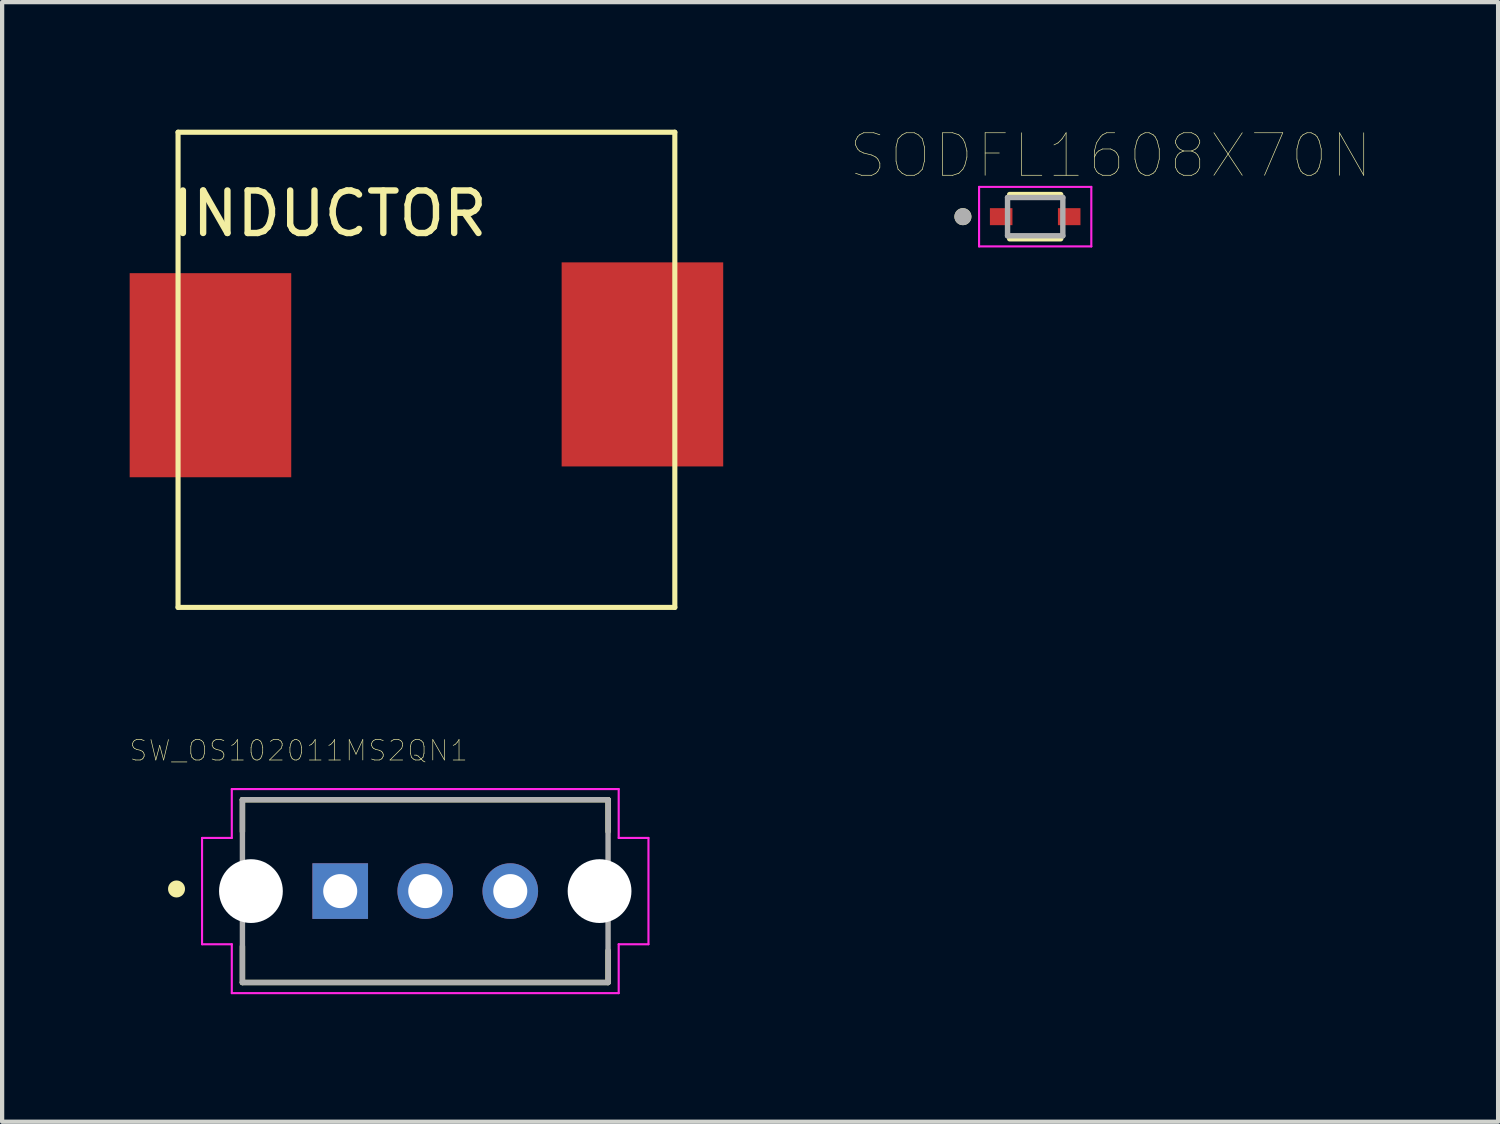
<source format=kicad_pcb>
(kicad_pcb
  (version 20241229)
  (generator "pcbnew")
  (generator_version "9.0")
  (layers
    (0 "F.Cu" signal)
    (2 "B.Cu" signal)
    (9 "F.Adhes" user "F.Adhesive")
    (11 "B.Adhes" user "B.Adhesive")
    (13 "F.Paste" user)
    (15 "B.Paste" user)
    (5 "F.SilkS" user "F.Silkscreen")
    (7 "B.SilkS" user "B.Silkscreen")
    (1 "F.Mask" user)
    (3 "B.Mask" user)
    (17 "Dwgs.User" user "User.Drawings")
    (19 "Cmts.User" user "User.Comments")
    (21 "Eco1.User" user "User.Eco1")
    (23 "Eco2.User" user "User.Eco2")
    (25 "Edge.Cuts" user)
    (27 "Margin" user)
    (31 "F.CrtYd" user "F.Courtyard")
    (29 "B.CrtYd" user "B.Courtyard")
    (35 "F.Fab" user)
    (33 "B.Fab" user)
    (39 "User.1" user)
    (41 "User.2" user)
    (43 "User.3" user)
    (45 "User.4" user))
  (footprint "INDUCTOR"
    (layer "F.Cu")
    (at 6.726 5.775)
    (property "Reference" "INDUCTOR" (at -2.022 -3.8 0) (layer "F.SilkS") (effects (font (size 1 1) (thickness 0.15))))
    (attr through_hole)
    (fp_line (start -5.588 -5.715) (end 6.096 -5.715) (stroke (width 0.12) (type solid)) (layer "F.SilkS"))
    (fp_line (start -5.588 5.461) (end -5.588 -5.715) (stroke (width 0.12) (type solid)) (layer "F.SilkS"))
    (fp_line (start 6.096 -5.715) (end 6.096 5.461) (stroke (width 0.12) (type solid)) (layer "F.SilkS"))
    (fp_line (start 6.096 5.461) (end -5.588 5.461) (stroke (width 0.12) (type solid)) (layer "F.SilkS"))
    (pad "1" smd rect (at -4.826 0 90) (size 4.8 3.8) (layers "F.Cu" "F.Mask" "F.Paste"))
    (pad "2" smd rect (at 5.334 -0.254 90) (size 4.8 3.8) (layers "F.Cu" "F.Mask" "F.Paste")))
  (footprint "SW_OS102011MS2QN1"
    (layer "F.Cu")
    (at 6.952 17.909)
    (property "Reference" "SW_OS102011MS2QN1" (at -2.977 -3.305 0) (layer "F.SilkS") (effects (font (size 0.48 0.48) (thickness 0.015))))
    (attr through_hole)
    (fp_line (start -4.3 -2.15) (end -4.3 -1.4) (stroke (width 0.127) (type solid)) (layer "F.SilkS"))
    (fp_line (start -4.3 1.3) (end -4.3 2.15) (stroke (width 0.127) (type solid)) (layer "F.SilkS"))
    (fp_line (start -4.3 2.15) (end 4.3 2.15) (stroke (width 0.127) (type solid)) (layer "F.SilkS"))
    (fp_line (start 4.3 -2.15) (end -4.3 -2.15) (stroke (width 0.127) (type solid)) (layer "F.SilkS"))
    (fp_line (start 4.3 -1.4) (end 4.3 -2.15) (stroke (width 0.127) (type solid)) (layer "F.SilkS"))
    (fp_line (start 4.3 2.15) (end 4.3 1.4) (stroke (width 0.127) (type solid)) (layer "F.SilkS"))
    (fp_circle (center -5.85 -0.05) (end -5.75 -0.05) (stroke (width 0.2) (type solid)) (fill no) (layer "F.SilkS"))
    (fp_line (start -5.25 -1.25) (end -4.55 -1.25) (stroke (width 0.05) (type solid)) (layer "F.CrtYd"))
    (fp_line (start -5.25 1.25) (end -5.25 -1.25) (stroke (width 0.05) (type solid)) (layer "F.CrtYd"))
    (fp_line (start -4.55 -2.4) (end 4.55 -2.4) (stroke (width 0.05) (type solid)) (layer "F.CrtYd"))
    (fp_line (start -4.55 -1.25) (end -4.55 -2.4) (stroke (width 0.05) (type solid)) (layer "F.CrtYd"))
    (fp_line (start -4.55 1.25) (end -5.25 1.25) (stroke (width 0.05) (type solid)) (layer "F.CrtYd"))
    (fp_line (start -4.55 2.4) (end -4.55 1.25) (stroke (width 0.05) (type solid)) (layer "F.CrtYd"))
    (fp_line (start 4.55 -2.4) (end 4.55 -1.25) (stroke (width 0.05) (type solid)) (layer "F.CrtYd"))
    (fp_line (start 4.55 -1.25) (end 5.25 -1.25) (stroke (width 0.05) (type solid)) (layer "F.CrtYd"))
    (fp_line (start 4.55 1.25) (end 4.55 2.4) (stroke (width 0.05) (type solid)) (layer "F.CrtYd"))
    (fp_line (start 4.55 2.4) (end -4.55 2.4) (stroke (width 0.05) (type solid)) (layer "F.CrtYd"))
    (fp_line (start 5.25 -1.25) (end 5.25 1.25) (stroke (width 0.05) (type solid)) (layer "F.CrtYd"))
    (fp_line (start 5.25 1.25) (end 4.55 1.25) (stroke (width 0.05) (type solid)) (layer "F.CrtYd"))
    (fp_line (start -4.3 -2.15) (end 4.3 -2.15) (stroke (width 0.127) (type solid)) (layer "F.Fab"))
    (fp_line (start -4.3 2.15) (end -4.3 -2.15) (stroke (width 0.127) (type solid)) (layer "F.Fab"))
    (fp_line (start 4.3 -2.15) (end 4.3 2.15) (stroke (width 0.127) (type solid)) (layer "F.Fab"))
    (fp_line (start 4.3 2.15) (end -4.3 2.15) (stroke (width 0.127) (type solid)) (layer "F.Fab"))
    (fp_circle (center -2.1 -0.05) (end -2 -0.05) (stroke (width 0.2) (type solid)) (fill no) (layer "F.Fab"))
    (pad "" np_thru_hole circle (at -4.1 0) (size 1.5 1.5) (drill 1.5) (layers "*.Cu" "*.Mask"))
    (pad "" np_thru_hole circle (at 4.1 0) (size 1.5 1.5) (drill 1.5) (layers "*.Cu" "*.Mask"))
    (pad "1" thru_hole rect (at -2 0) (size 1.308 1.308) (drill 0.8) (layers "*.Cu" "*.Mask"))
    (pad "2" thru_hole circle (at 0 0) (size 1.308 1.308) (drill 0.8) (layers "*.Cu" "*.Mask"))
    (pad "3" thru_hole circle (at 2 0) (size 1.308 1.308) (drill 0.8) (layers "*.Cu" "*.Mask")))
  (footprint "SODFL1608X70N"
    (layer "F.Cu")
    (at 21.298 2.046)
    (property "Reference" "SODFL1608X70N" (at 1.775 -1.435 0) (layer "F.SilkS") (effects (font (size 1 1) (thickness 0.015))))
    (attr through_hole)
    (fp_line (start -0.6 -0.52) (end 0.6 -0.52) (stroke (width 0.127) (type solid)) (layer "F.SilkS"))
    (fp_line (start 0.6 0.52) (end -0.6 0.52) (stroke (width 0.127) (type solid)) (layer "F.SilkS"))
    (fp_circle (center -1.7 0) (end -1.6 0) (stroke (width 0.2) (type solid)) (fill no) (layer "F.SilkS"))
    (fp_line (start -1.32 -0.7) (end 1.32 -0.7) (stroke (width 0.05) (type solid)) (layer "F.CrtYd"))
    (fp_line (start -1.32 0.7) (end -1.32 -0.7) (stroke (width 0.05) (type solid)) (layer "F.CrtYd"))
    (fp_line (start 1.32 -0.7) (end 1.32 0.7) (stroke (width 0.05) (type solid)) (layer "F.CrtYd"))
    (fp_line (start 1.32 0.7) (end -1.32 0.7) (stroke (width 0.05) (type solid)) (layer "F.CrtYd"))
    (fp_line (start -0.65 -0.45) (end 0.65 -0.45) (stroke (width 0.127) (type solid)) (layer "F.Fab"))
    (fp_line (start -0.65 0.45) (end -0.65 -0.45) (stroke (width 0.127) (type solid)) (layer "F.Fab"))
    (fp_line (start 0.65 -0.45) (end 0.65 0.45) (stroke (width 0.127) (type solid)) (layer "F.Fab"))
    (fp_line (start 0.65 0.45) (end -0.65 0.45) (stroke (width 0.127) (type solid)) (layer "F.Fab"))
    (fp_circle (center -1.7 0) (end -1.6 0) (stroke (width 0.2) (type solid)) (fill no) (layer "F.Fab"))
    (pad "A" smd rect (at 0.8 0) (size 0.53 0.4) (layers "F.Cu" "F.Mask" "F.Paste"))
    (pad "C" smd rect (at -0.8 0) (size 0.53 0.4) (layers "F.Cu" "F.Mask" "F.Paste")))
  (gr_rect
    (start -3 -3)
    (end 32.186 23.334)
    (stroke (width 0.1) (type default))
    (fill no)
    (layer "Edge.Cuts")))
</source>
